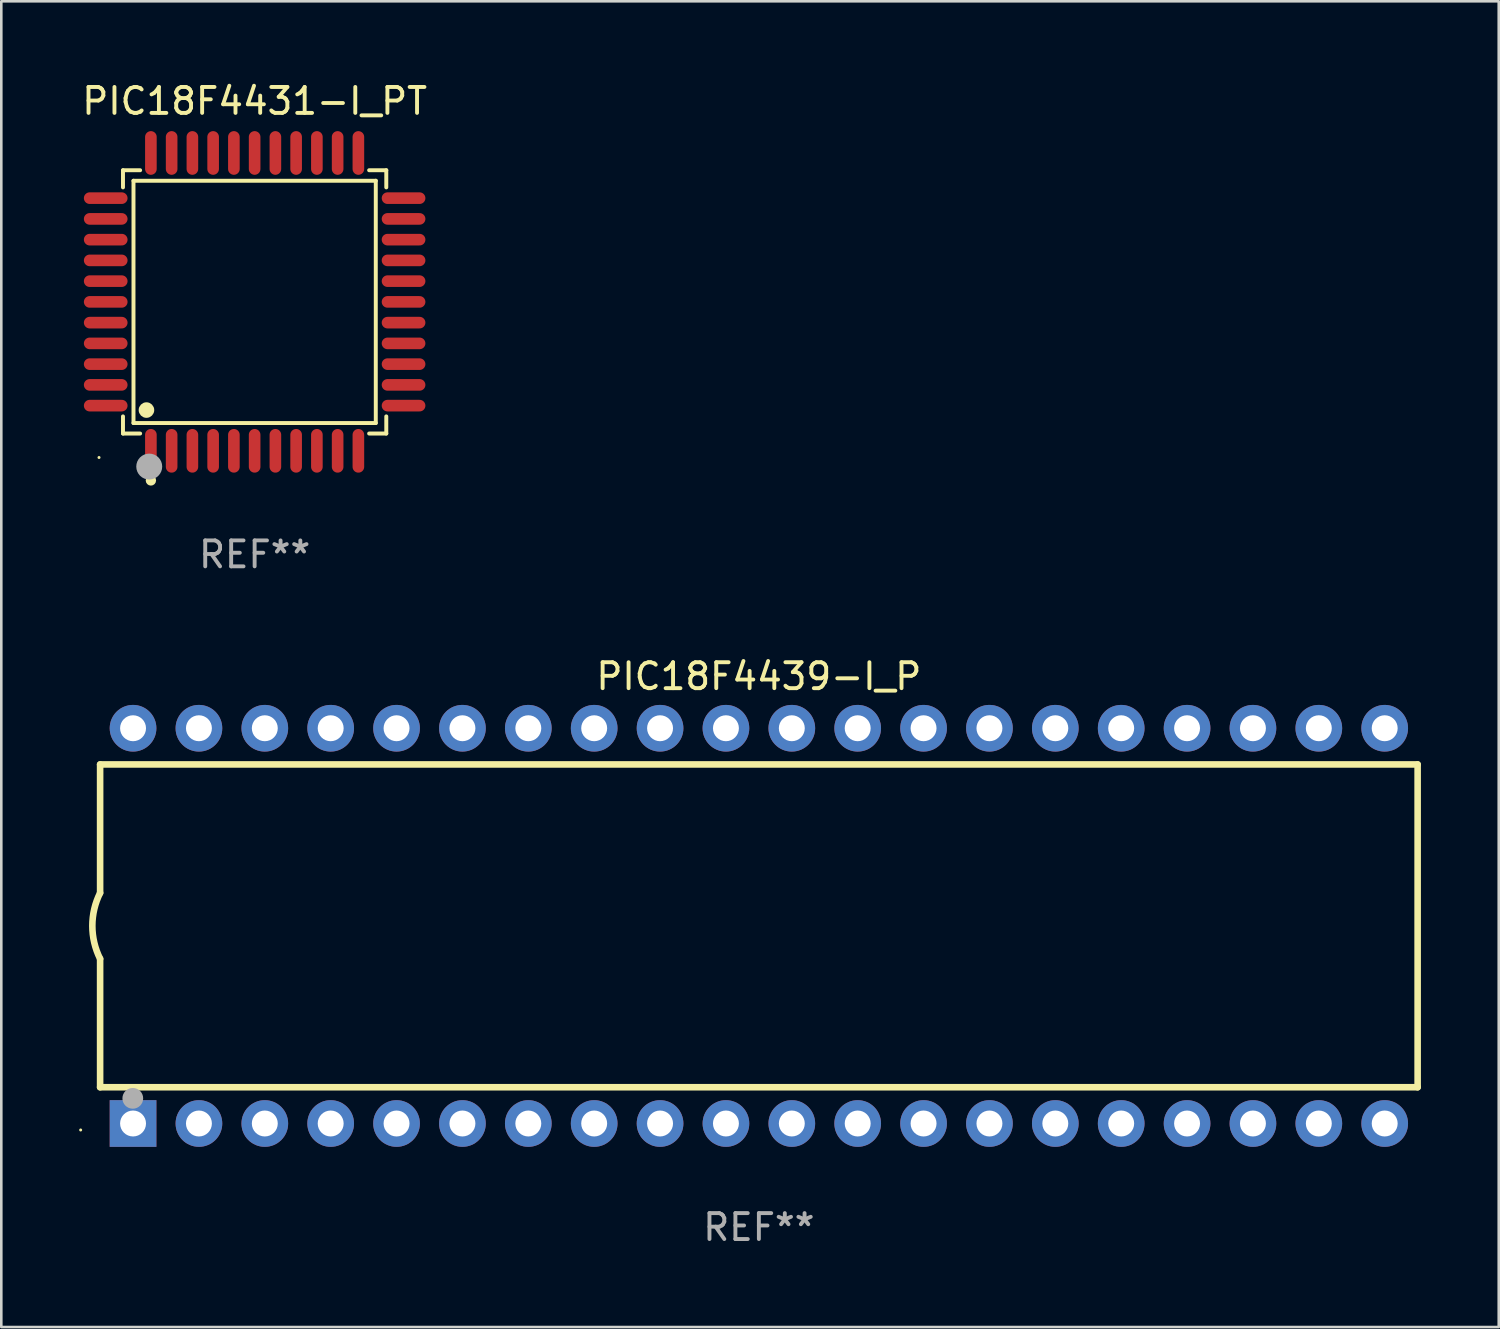
<source format=kicad_pcb>
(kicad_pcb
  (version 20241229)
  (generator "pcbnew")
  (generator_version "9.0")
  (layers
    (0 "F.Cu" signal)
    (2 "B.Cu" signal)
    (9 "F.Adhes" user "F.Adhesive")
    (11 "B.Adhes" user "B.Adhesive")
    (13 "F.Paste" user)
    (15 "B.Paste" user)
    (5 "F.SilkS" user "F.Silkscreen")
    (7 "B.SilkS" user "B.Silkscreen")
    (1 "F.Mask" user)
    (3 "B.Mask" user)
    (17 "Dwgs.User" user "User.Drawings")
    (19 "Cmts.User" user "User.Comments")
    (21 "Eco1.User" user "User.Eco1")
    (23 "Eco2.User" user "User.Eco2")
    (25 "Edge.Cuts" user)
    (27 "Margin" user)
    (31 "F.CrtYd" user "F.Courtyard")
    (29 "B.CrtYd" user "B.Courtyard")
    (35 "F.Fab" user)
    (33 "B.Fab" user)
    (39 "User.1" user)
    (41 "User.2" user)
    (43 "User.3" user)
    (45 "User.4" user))
  (footprint "PIC18F4431-I_PT"
    (layer "F.Cu")
    (at 6.768 8.59)
    (property "Reference" "PIC18F4431-I_PT" (at 0 -7.742 0) (layer "F.SilkS") (effects (font (size 1 1) (thickness 0.15))))
    (attr through_hole)
    (fp_line (start -5.076 -5.076) (end -4.415 -5.076) (stroke (width 0.152) (type solid)) (layer "F.SilkS"))
    (fp_line (start -5.076 -4.415) (end -5.076 -5.076) (stroke (width 0.152) (type solid)) (layer "F.SilkS"))
    (fp_line (start -5.076 4.415) (end -5.076 5.076) (stroke (width 0.152) (type solid)) (layer "F.SilkS"))
    (fp_line (start -5.076 5.076) (end -4.415 5.076) (stroke (width 0.152) (type solid)) (layer "F.SilkS"))
    (fp_line (start -4.671 -4.671) (end 4.671 -4.671) (stroke (width 0.152) (type solid)) (layer "F.SilkS"))
    (fp_line (start -4.671 4.671) (end -4.671 -4.671) (stroke (width 0.152) (type solid)) (layer "F.SilkS"))
    (fp_line (start 4.671 -4.671) (end 4.671 4.671) (stroke (width 0.152) (type solid)) (layer "F.SilkS"))
    (fp_line (start 4.671 4.671) (end -4.671 4.671) (stroke (width 0.152) (type solid)) (layer "F.SilkS"))
    (fp_line (start 5.076 -5.076) (end 4.415 -5.076) (stroke (width 0.152) (type solid)) (layer "F.SilkS"))
    (fp_line (start 5.076 -4.415) (end 5.076 -5.076) (stroke (width 0.152) (type solid)) (layer "F.SilkS"))
    (fp_line (start 5.076 4.415) (end 5.076 5.076) (stroke (width 0.152) (type solid)) (layer "F.SilkS"))
    (fp_line (start 5.076 5.076) (end 4.415 5.076) (stroke (width 0.152) (type solid)) (layer "F.SilkS"))
    (fp_circle (center -6 6) (end -5.97 6) (stroke (width 0.06) (type solid)) (fill no) (layer "F.SilkS"))
    (fp_circle (center -4.171 4.171) (end -4.021 4.171) (stroke (width 0.3) (type solid)) (fill no) (layer "F.SilkS"))
    (fp_circle (center -4 6.884) (end -3.9 6.884) (stroke (width 0.2) (type solid)) (fill no) (layer "F.SilkS"))
    (fp_circle (center -4.064 6.35) (end -3.814 6.35) (stroke (width 0.5) (type solid)) (fill no) (layer "F.Fab"))
    (fp_text user "REF**" (at 0 9.742 0) (layer "F.Fab") (effects (font (size 1 1) (thickness 0.15))))
    (pad "1" smd oval (at -4 5.742) (size 0.448 1.684) (layers "F.Cu" "F.Mask" "F.Paste"))
    (pad "2" smd oval (at -3.2 5.742) (size 0.448 1.684) (layers "F.Cu" "F.Mask" "F.Paste"))
    (pad "3" smd oval (at -2.4 5.742) (size 0.448 1.684) (layers "F.Cu" "F.Mask" "F.Paste"))
    (pad "4" smd oval (at -1.6 5.742) (size 0.448 1.684) (layers "F.Cu" "F.Mask" "F.Paste"))
    (pad "5" smd oval (at -0.8 5.742) (size 0.448 1.684) (layers "F.Cu" "F.Mask" "F.Paste"))
    (pad "6" smd oval (at 0 5.742) (size 0.448 1.684) (layers "F.Cu" "F.Mask" "F.Paste"))
    (pad "7" smd oval (at 0.8 5.742) (size 0.448 1.684) (layers "F.Cu" "F.Mask" "F.Paste"))
    (pad "8" smd oval (at 1.6 5.742) (size 0.448 1.684) (layers "F.Cu" "F.Mask" "F.Paste"))
    (pad "9" smd oval (at 2.4 5.742) (size 0.448 1.684) (layers "F.Cu" "F.Mask" "F.Paste"))
    (pad "10" smd oval (at 3.2 5.742) (size 0.448 1.684) (layers "F.Cu" "F.Mask" "F.Paste"))
    (pad "11" smd oval (at 4 5.742) (size 0.448 1.684) (layers "F.Cu" "F.Mask" "F.Paste"))
    (pad "12" smd oval (at 5.742 4) (size 1.684 0.448) (layers "F.Cu" "F.Mask" "F.Paste"))
    (pad "13" smd oval (at 5.742 3.2) (size 1.684 0.448) (layers "F.Cu" "F.Mask" "F.Paste"))
    (pad "14" smd oval (at 5.742 2.4) (size 1.684 0.448) (layers "F.Cu" "F.Mask" "F.Paste"))
    (pad "15" smd oval (at 5.742 1.6) (size 1.684 0.448) (layers "F.Cu" "F.Mask" "F.Paste"))
    (pad "16" smd oval (at 5.742 0.8) (size 1.684 0.448) (layers "F.Cu" "F.Mask" "F.Paste"))
    (pad "17" smd oval (at 5.742 0) (size 1.684 0.448) (layers "F.Cu" "F.Mask" "F.Paste"))
    (pad "18" smd oval (at 5.742 -0.8) (size 1.684 0.448) (layers "F.Cu" "F.Mask" "F.Paste"))
    (pad "19" smd oval (at 5.742 -1.6) (size 1.684 0.448) (layers "F.Cu" "F.Mask" "F.Paste"))
    (pad "20" smd oval (at 5.742 -2.4) (size 1.684 0.448) (layers "F.Cu" "F.Mask" "F.Paste"))
    (pad "21" smd oval (at 5.742 -3.2) (size 1.684 0.448) (layers "F.Cu" "F.Mask" "F.Paste"))
    (pad "22" smd oval (at 5.742 -4) (size 1.684 0.448) (layers "F.Cu" "F.Mask" "F.Paste"))
    (pad "23" smd oval (at 4 -5.742) (size 0.448 1.684) (layers "F.Cu" "F.Mask" "F.Paste"))
    (pad "24" smd oval (at 3.2 -5.742) (size 0.448 1.684) (layers "F.Cu" "F.Mask" "F.Paste"))
    (pad "25" smd oval (at 2.4 -5.742) (size 0.448 1.684) (layers "F.Cu" "F.Mask" "F.Paste"))
    (pad "26" smd oval (at 1.6 -5.742) (size 0.448 1.684) (layers "F.Cu" "F.Mask" "F.Paste"))
    (pad "27" smd oval (at 0.8 -5.742) (size 0.448 1.684) (layers "F.Cu" "F.Mask" "F.Paste"))
    (pad "28" smd oval (at 0 -5.742) (size 0.448 1.684) (layers "F.Cu" "F.Mask" "F.Paste"))
    (pad "29" smd oval (at -0.8 -5.742) (size 0.448 1.684) (layers "F.Cu" "F.Mask" "F.Paste"))
    (pad "30" smd oval (at -1.6 -5.742) (size 0.448 1.684) (layers "F.Cu" "F.Mask" "F.Paste"))
    (pad "31" smd oval (at -2.4 -5.742) (size 0.448 1.684) (layers "F.Cu" "F.Mask" "F.Paste"))
    (pad "32" smd oval (at -3.2 -5.742) (size 0.448 1.684) (layers "F.Cu" "F.Mask" "F.Paste"))
    (pad "33" smd oval (at -4 -5.742) (size 0.448 1.684) (layers "F.Cu" "F.Mask" "F.Paste"))
    (pad "34" smd oval (at -5.742 -4) (size 1.684 0.448) (layers "F.Cu" "F.Mask" "F.Paste"))
    (pad "35" smd oval (at -5.742 -3.2) (size 1.684 0.448) (layers "F.Cu" "F.Mask" "F.Paste"))
    (pad "36" smd oval (at -5.742 -2.4) (size 1.684 0.448) (layers "F.Cu" "F.Mask" "F.Paste"))
    (pad "37" smd oval (at -5.742 -1.6) (size 1.684 0.448) (layers "F.Cu" "F.Mask" "F.Paste"))
    (pad "38" smd oval (at -5.742 -0.8) (size 1.684 0.448) (layers "F.Cu" "F.Mask" "F.Paste"))
    (pad "39" smd oval (at -5.742 0) (size 1.684 0.448) (layers "F.Cu" "F.Mask" "F.Paste"))
    (pad "40" smd oval (at -5.742 0.8) (size 1.684 0.448) (layers "F.Cu" "F.Mask" "F.Paste"))
    (pad "41" smd oval (at -5.742 1.6) (size 1.684 0.448) (layers "F.Cu" "F.Mask" "F.Paste"))
    (pad "42" smd oval (at -5.742 2.4) (size 1.684 0.448) (layers "F.Cu" "F.Mask" "F.Paste"))
    (pad "43" smd oval (at -5.742 3.2) (size 1.684 0.448) (layers "F.Cu" "F.Mask" "F.Paste"))
    (pad "44" smd oval (at -5.742 4) (size 1.684 0.448) (layers "F.Cu" "F.Mask" "F.Paste")))
  (footprint "PIC18F4439-I_P"
    (layer "F.Cu")
    (at 26.21 32.649)
    (property "Reference" "PIC18F4439-I_P" (at 0 -9.62 0) (layer "F.SilkS") (effects (font (size 1 1) (thickness 0.15))))
    (attr through_hole)
    (fp_line (start -25.4 -6.224) (end -25.4 -1.271) (stroke (width 0.254) (type solid)) (layer "F.SilkS"))
    (fp_line (start -25.4 -6.224) (end 25.4 -6.224) (stroke (width 0.254) (type solid)) (layer "F.SilkS"))
    (fp_line (start -25.4 1.269) (end -25.4 6.222) (stroke (width 0.254) (type solid)) (layer "F.SilkS"))
    (fp_line (start -25.4 6.222) (end 25.4 6.222) (stroke (width 0.254) (type solid)) (layer "F.SilkS"))
    (fp_line (start 25.4 6.222) (end 25.4 -6.224) (stroke (width 0.254) (type solid)) (layer "F.SilkS"))
    (fp_arc (start -25.4 1.269241) (mid -25.699807 -0.000762) (end -25.4 -1.270765) (stroke (width 0.254001) (type solid)) (layer "F.SilkS"))
    (fp_circle (center -26.15 7.87) (end -26.12 7.87) (stroke (width 0.06) (type solid)) (fill no) (layer "F.SilkS"))
    (fp_circle (center -24.14 6.65) (end -23.94 6.65) (stroke (width 0.4) (type solid)) (fill no) (layer "F.Fab"))
    (fp_text user "REF**" (at 0 11.62 0) (layer "F.Fab") (effects (font (size 1 1) (thickness 0.15))))
    (pad "1" thru_hole rect (at -24.13 7.62 90) (size 1.8 1.8) (drill 1) (layers "*.Cu" "*.Mask"))
    (pad "2" thru_hole circle (at -21.59 7.62) (size 1.8 1.8) (drill 1) (layers "*.Cu" "*.Mask"))
    (pad "3" thru_hole circle (at -19.05 7.62) (size 1.8 1.8) (drill 1) (layers "*.Cu" "*.Mask"))
    (pad "4" thru_hole circle (at -16.51 7.62) (size 1.8 1.8) (drill 1) (layers "*.Cu" "*.Mask"))
    (pad "5" thru_hole circle (at -13.97 7.62) (size 1.8 1.8) (drill 1) (layers "*.Cu" "*.Mask"))
    (pad "6" thru_hole circle (at -11.43 7.62) (size 1.8 1.8) (drill 1) (layers "*.Cu" "*.Mask"))
    (pad "7" thru_hole circle (at -8.89 7.62) (size 1.8 1.8) (drill 1) (layers "*.Cu" "*.Mask"))
    (pad "8" thru_hole circle (at -6.35 7.62) (size 1.8 1.8) (drill 1) (layers "*.Cu" "*.Mask"))
    (pad "9" thru_hole circle (at -3.81 7.62) (size 1.8 1.8) (drill 1) (layers "*.Cu" "*.Mask"))
    (pad "10" thru_hole circle (at -1.27 7.62) (size 1.8 1.8) (drill 1) (layers "*.Cu" "*.Mask"))
    (pad "11" thru_hole circle (at 1.27 7.62) (size 1.8 1.8) (drill 1) (layers "*.Cu" "*.Mask"))
    (pad "12" thru_hole circle (at 3.81 7.62) (size 1.8 1.8) (drill 1) (layers "*.Cu" "*.Mask"))
    (pad "13" thru_hole circle (at 6.35 7.62) (size 1.8 1.8) (drill 1) (layers "*.Cu" "*.Mask"))
    (pad "14" thru_hole circle (at 8.89 7.62) (size 1.8 1.8) (drill 1) (layers "*.Cu" "*.Mask"))
    (pad "15" thru_hole circle (at 11.43 7.62) (size 1.8 1.8) (drill 1) (layers "*.Cu" "*.Mask"))
    (pad "16" thru_hole circle (at 13.97 7.62) (size 1.8 1.8) (drill 1) (layers "*.Cu" "*.Mask"))
    (pad "17" thru_hole circle (at 16.51 7.62) (size 1.8 1.8) (drill 1) (layers "*.Cu" "*.Mask"))
    (pad "18" thru_hole circle (at 19.05 7.62) (size 1.8 1.8) (drill 1) (layers "*.Cu" "*.Mask"))
    (pad "19" thru_hole circle (at 21.59 7.62) (size 1.8 1.8) (drill 1) (layers "*.Cu" "*.Mask"))
    (pad "20" thru_hole circle (at 24.13 7.62) (size 1.8 1.8) (drill 1) (layers "*.Cu" "*.Mask"))
    (pad "21" thru_hole circle (at 24.13 -7.62) (size 1.8 1.8) (drill 1) (layers "*.Cu" "*.Mask"))
    (pad "22" thru_hole circle (at 21.59 -7.62) (size 1.8 1.8) (drill 1) (layers "*.Cu" "*.Mask"))
    (pad "23" thru_hole circle (at 19.05 -7.62) (size 1.8 1.8) (drill 1) (layers "*.Cu" "*.Mask"))
    (pad "24" thru_hole circle (at 16.51 -7.62) (size 1.8 1.8) (drill 1) (layers "*.Cu" "*.Mask"))
    (pad "25" thru_hole circle (at 13.97 -7.62) (size 1.8 1.8) (drill 1) (layers "*.Cu" "*.Mask"))
    (pad "26" thru_hole circle (at 11.43 -7.62) (size 1.8 1.8) (drill 1) (layers "*.Cu" "*.Mask"))
    (pad "27" thru_hole circle (at 8.89 -7.62) (size 1.8 1.8) (drill 1) (layers "*.Cu" "*.Mask"))
    (pad "28" thru_hole circle (at 6.35 -7.62) (size 1.8 1.8) (drill 1) (layers "*.Cu" "*.Mask"))
    (pad "29" thru_hole circle (at 3.81 -7.62) (size 1.8 1.8) (drill 1) (layers "*.Cu" "*.Mask"))
    (pad "30" thru_hole circle (at 1.27 -7.62) (size 1.8 1.8) (drill 1) (layers "*.Cu" "*.Mask"))
    (pad "31" thru_hole circle (at -1.27 -7.62) (size 1.8 1.8) (drill 1) (layers "*.Cu" "*.Mask"))
    (pad "32" thru_hole circle (at -3.81 -7.62) (size 1.8 1.8) (drill 1) (layers "*.Cu" "*.Mask"))
    (pad "33" thru_hole circle (at -6.35 -7.62) (size 1.8 1.8) (drill 1) (layers "*.Cu" "*.Mask"))
    (pad "34" thru_hole circle (at -8.89 -7.62) (size 1.8 1.8) (drill 1) (layers "*.Cu" "*.Mask"))
    (pad "35" thru_hole circle (at -11.43 -7.62) (size 1.8 1.8) (drill 1) (layers "*.Cu" "*.Mask"))
    (pad "36" thru_hole circle (at -13.97 -7.62) (size 1.8 1.8) (drill 1) (layers "*.Cu" "*.Mask"))
    (pad "37" thru_hole circle (at -16.51 -7.62) (size 1.8 1.8) (drill 1) (layers "*.Cu" "*.Mask"))
    (pad "38" thru_hole circle (at -19.05 -7.62) (size 1.8 1.8) (drill 1) (layers "*.Cu" "*.Mask"))
    (pad "39" thru_hole circle (at -21.59 -7.62) (size 1.8 1.8) (drill 1) (layers "*.Cu" "*.Mask"))
    (pad "40" thru_hole circle (at -24.13 -7.62) (size 1.8 1.8) (drill 1) (layers "*.Cu" "*.Mask")))
  (gr_rect
    (start -3 -3)
    (end 54.737 48.117)
    (stroke (width 0.1) (type default))
    (fill no)
    (layer "Edge.Cuts")))
</source>
